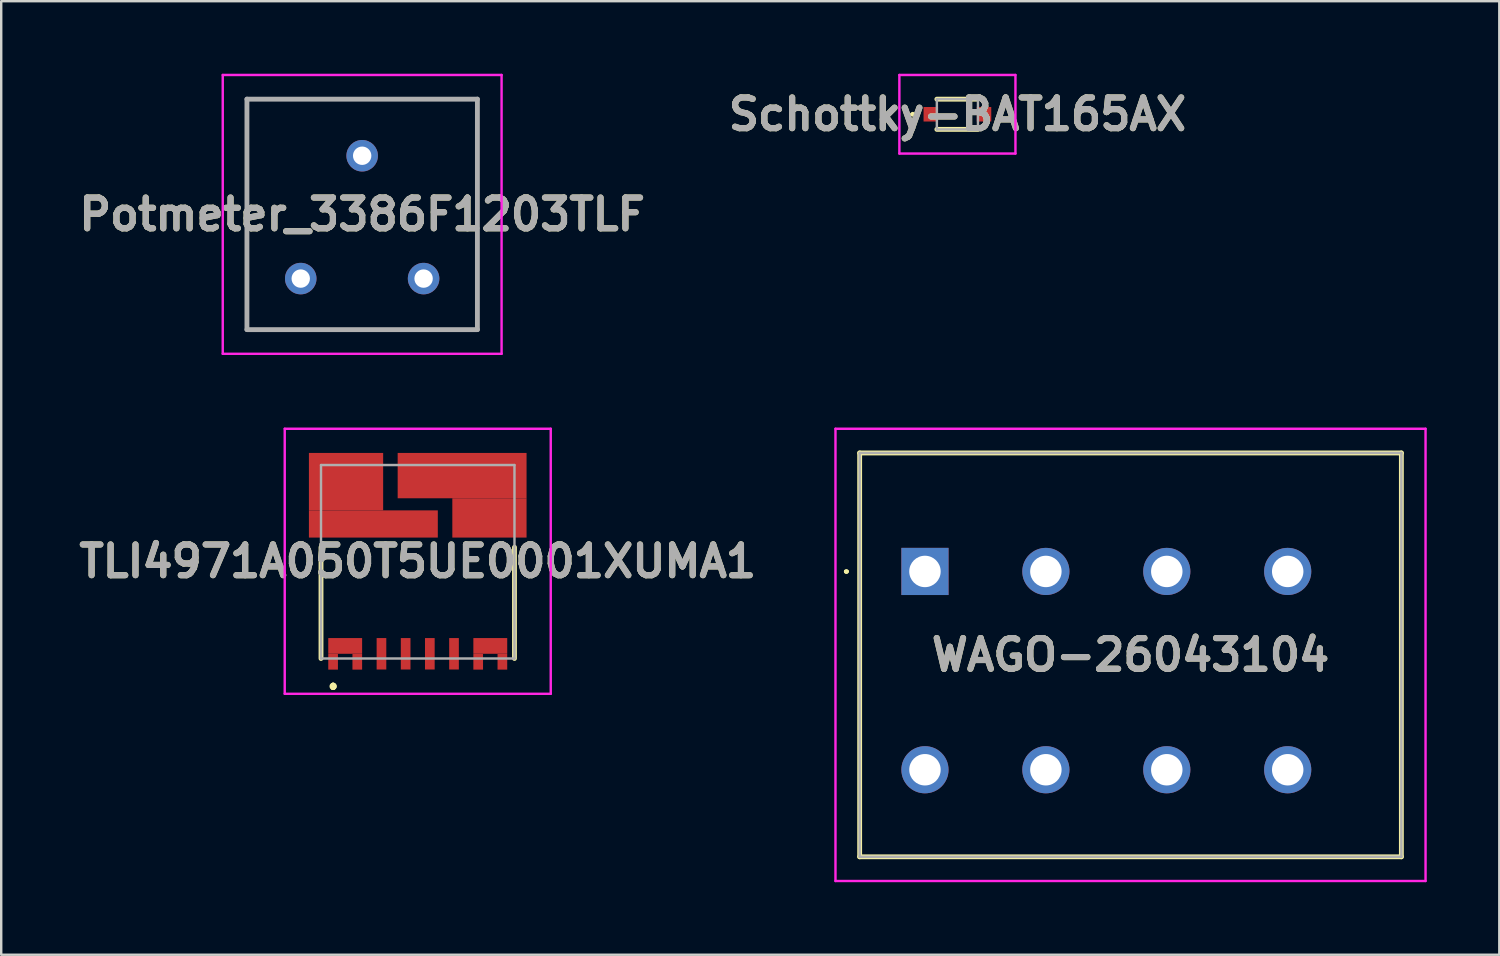
<source format=kicad_pcb>
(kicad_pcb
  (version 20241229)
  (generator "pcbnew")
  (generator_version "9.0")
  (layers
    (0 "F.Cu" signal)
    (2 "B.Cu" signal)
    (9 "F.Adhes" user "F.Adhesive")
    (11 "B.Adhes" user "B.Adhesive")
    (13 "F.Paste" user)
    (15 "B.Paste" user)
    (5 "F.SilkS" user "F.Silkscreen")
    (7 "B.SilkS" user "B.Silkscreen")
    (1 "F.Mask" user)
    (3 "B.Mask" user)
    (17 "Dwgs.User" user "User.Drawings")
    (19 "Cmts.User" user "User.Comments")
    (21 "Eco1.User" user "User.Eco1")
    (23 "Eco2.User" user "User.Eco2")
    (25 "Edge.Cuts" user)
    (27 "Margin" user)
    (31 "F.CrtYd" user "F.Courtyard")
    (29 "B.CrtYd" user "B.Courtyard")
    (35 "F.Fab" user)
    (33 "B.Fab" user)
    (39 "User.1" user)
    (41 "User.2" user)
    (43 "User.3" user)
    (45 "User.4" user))
  (footprint "WAGO-26043104"
    (layer "F.Cu")
    (at 35.198 20.58)
    (property "Reference" "WAGO-26043104" (at 8.5 3.45 0) (layer "F.SilkS") (effects (font (size 1.27 1.27) (thickness 0.254))))
    (attr through_hole)
    (fp_line (start -3.3 0) (end -3.3 0) (stroke (width 0.1) (type solid)) (layer "F.SilkS"))
    (fp_line (start -3.3 0) (end -3.3 0) (stroke (width 0.1) (type solid)) (layer "F.SilkS"))
    (fp_line (start -3.2 0) (end -3.2 0) (stroke (width 0.1) (type solid)) (layer "F.SilkS"))
    (fp_line (start -2.7 -4.9) (end 19.7 -4.9) (stroke (width 0.2) (type solid)) (layer "F.SilkS"))
    (fp_line (start -2.7 11.8) (end -2.7 -4.9) (stroke (width 0.2) (type solid)) (layer "F.SilkS"))
    (fp_line (start 19.7 -4.9) (end 19.7 11.8) (stroke (width 0.2) (type solid)) (layer "F.SilkS"))
    (fp_line (start 19.7 11.8) (end -2.7 11.8) (stroke (width 0.2) (type solid)) (layer "F.SilkS"))
    (fp_arc (start -3.3 0) (mid -3.25 -0.05) (end -3.2 0) (stroke (width 0.1) (type solid)) (layer "F.SilkS"))
    (fp_arc (start -3.2 0) (mid -3.25 0.05) (end -3.3 0) (stroke (width 0.1) (type solid)) (layer "F.SilkS"))
    (fp_arc (start -3.2 0) (mid -3.25 0.05) (end -3.3 0) (stroke (width 0.1) (type solid)) (layer "F.SilkS"))
    (fp_line (start -3.7 -5.9) (end 20.7 -5.9) (stroke (width 0.1) (type solid)) (layer "F.CrtYd"))
    (fp_line (start -3.7 12.8) (end -3.7 -5.9) (stroke (width 0.1) (type solid)) (layer "F.CrtYd"))
    (fp_line (start 20.7 -5.9) (end 20.7 12.8) (stroke (width 0.1) (type solid)) (layer "F.CrtYd"))
    (fp_line (start 20.7 12.8) (end -3.7 12.8) (stroke (width 0.1) (type solid)) (layer "F.CrtYd"))
    (fp_line (start -2.7 -4.9) (end -2.7 11.8) (stroke (width 0.1) (type solid)) (layer "F.Fab"))
    (fp_line (start -2.7 11.8) (end 19.7 11.8) (stroke (width 0.1) (type solid)) (layer "F.Fab"))
    (fp_line (start 19.7 -4.9) (end -2.7 -4.9) (stroke (width 0.1) (type solid)) (layer "F.Fab"))
    (fp_line (start 19.7 11.8) (end 19.7 -4.9) (stroke (width 0.1) (type solid)) (layer "F.Fab"))
    (fp_text user "${REFERENCE}" (at 8.5 3.45 0) (layer "F.Fab") (effects (font (size 1.27 1.27) (thickness 0.254))))
    (pad "1" thru_hole rect (at 0 0) (size 1.95 1.95) (drill 1.3) (layers "*.Cu" "*.Mask"))
    (pad "2" thru_hole circle (at 0 8.2) (size 1.95 1.95) (drill 1.3) (layers "*.Cu" "*.Mask"))
    (pad "3" thru_hole circle (at 5 0) (size 1.95 1.95) (drill 1.3) (layers "*.Cu" "*.Mask"))
    (pad "4" thru_hole circle (at 5 8.2) (size 1.95 1.95) (drill 1.3) (layers "*.Cu" "*.Mask"))
    (pad "5" thru_hole circle (at 10 0) (size 1.95 1.95) (drill 1.3) (layers "*.Cu" "*.Mask"))
    (pad "6" thru_hole circle (at 10 8.2) (size 1.95 1.95) (drill 1.3) (layers "*.Cu" "*.Mask"))
    (pad "7" thru_hole circle (at 15 0) (size 1.95 1.95) (drill 1.3) (layers "*.Cu" "*.Mask"))
    (pad "8" thru_hole circle (at 15 8.2) (size 1.95 1.95) (drill 1.3) (layers "*.Cu" "*.Mask")))
  (footprint "TLI4971A050T5UE0001XUMA1"
    (layer "F.Cu")
    (at 14.224 20.18)
    (property "Reference" "TLI4971A050T5UE0001XUMA1" (at 0 -0.02 0) (layer "F.SilkS") (effects (font (size 1.27 1.27) (thickness 0.254))))
    (attr smd)
    (fp_line (start -4 -0.6) (end -4 4) (stroke (width 0.2) (type solid)) (layer "F.SilkS"))
    (fp_line (start -3.5 5.1) (end -3.5 5.1) (stroke (width 0.2) (type solid)) (layer "F.SilkS"))
    (fp_line (start -3.5 5.2) (end -3.5 5.2) (stroke (width 0.2) (type solid)) (layer "F.SilkS"))
    (fp_line (start -3.5 5.2) (end -3.5 5.2) (stroke (width 0.2) (type solid)) (layer "F.SilkS"))
    (fp_line (start 4 -0.6) (end 4 4) (stroke (width 0.2) (type solid)) (layer "F.SilkS"))
    (fp_arc (start -3.5 5.1) (mid -3.45 5.15) (end -3.5 5.2) (stroke (width 0.2) (type solid)) (layer "F.SilkS"))
    (fp_arc (start -3.5 5.1) (mid -3.45 5.15) (end -3.5 5.2) (stroke (width 0.2) (type solid)) (layer "F.SilkS"))
    (fp_arc (start -3.5 5.2) (mid -3.55 5.15) (end -3.5 5.1) (stroke (width 0.2) (type solid)) (layer "F.SilkS"))
    (fp_line (start -5.5 -5.5) (end 5.5 -5.5) (stroke (width 0.1) (type solid)) (layer "F.CrtYd"))
    (fp_line (start -5.5 5.46) (end -5.5 -5.5) (stroke (width 0.1) (type solid)) (layer "F.CrtYd"))
    (fp_line (start 5.5 -5.5) (end 5.5 5.46) (stroke (width 0.1) (type solid)) (layer "F.CrtYd"))
    (fp_line (start 5.5 5.46) (end -5.5 5.46) (stroke (width 0.1) (type solid)) (layer "F.CrtYd"))
    (fp_line (start -4 -4) (end 4 -4) (stroke (width 0.1) (type solid)) (layer "F.Fab"))
    (fp_line (start -4 4) (end -4 -4) (stroke (width 0.1) (type solid)) (layer "F.Fab"))
    (fp_line (start 4 -4) (end 4 4) (stroke (width 0.1) (type solid)) (layer "F.Fab"))
    (fp_line (start 4 4) (end -4 4) (stroke (width 0.1) (type solid)) (layer "F.Fab"))
    (fp_text user "${REFERENCE}" (at 0 -0.02 0) (layer "F.Fab") (effects (font (size 1.27 1.27) (thickness 0.254))))
    (pad "1" smd rect (at -3.5 4.135) (size 0.4 0.65) (layers "F.Cu" "F.Mask" "F.Paste"))
    (pad "2" smd rect (at -1.5 3.805) (size 0.4 1.3) (layers "F.Cu" "F.Mask" "F.Paste"))
    (pad "3" smd rect (at -0.5 3.805) (size 0.4 1.3) (layers "F.Cu" "F.Mask" "F.Paste"))
    (pad "4" smd rect (at 0.5 3.805) (size 0.4 1.3) (layers "F.Cu" "F.Mask" "F.Paste"))
    (pad "5" smd rect (at 1.5 3.805) (size 0.4 1.3) (layers "F.Cu" "F.Mask" "F.Paste"))
    (pad "6" smd rect (at 2.5 4.135) (size 0.4 0.65) (layers "F.Cu" "F.Mask" "F.Paste"))
    (pad "7" smd rect (at 1.835 -3.563 90) (size 1.875 5.33) (layers "F.Cu" "F.Mask" "F.Paste"))
    (pad "8" smd rect (at -2.965 -3.313 90) (size 2.375 3.07) (layers "F.Cu" "F.Mask" "F.Paste"))
    (pad "9" smd rect (at -3 3.48 90) (size 0.65 1.4) (layers "F.Cu" "F.Mask" "F.Paste"))
    (pad "10" smd rect (at -2.5 4.135) (size 0.4 0.65) (layers "F.Cu" "F.Mask" "F.Paste"))
    (pad "11" smd rect (at 3 3.48 90) (size 0.65 1.4) (layers "F.Cu" "F.Mask" "F.Paste"))
    (pad "12" smd rect (at 3.5 4.135) (size 0.4 0.65) (layers "F.Cu" "F.Mask" "F.Paste"))
    (pad "13" smd rect (at 2.965 -1.813 90) (size 1.625 3.07) (layers "F.Cu" "F.Mask" "F.Paste"))
    (pad "14" smd rect (at -1.835 -1.563 90) (size 1.125 5.33) (layers "F.Cu" "F.Mask" "F.Paste")))
  (footprint "Schottky-BAT165AX"
    (layer "F.Cu")
    (at 36.54 1.675)
    (property "Reference" "Schottky-BAT165AX" (at 0 0 0) (layer "F.SilkS") (effects (font (size 1.27 1.27) (thickness 0.254))))
    (attr smd)
    (fp_line (start -1.9 0) (end -1.9 0) (stroke (width 0.1) (type solid)) (layer "F.SilkS"))
    (fp_line (start -1.8 0) (end -1.8 0) (stroke (width 0.1) (type solid)) (layer "F.SilkS"))
    (fp_line (start -0.85 -0.625) (end 0.85 -0.625) (stroke (width 0.2) (type solid)) (layer "F.SilkS"))
    (fp_line (start -0.85 0.625) (end 0.85 0.625) (stroke (width 0.2) (type solid)) (layer "F.SilkS"))
    (fp_arc (start -1.9 0) (mid -1.85 -0.05) (end -1.8 0) (stroke (width 0.1) (type solid)) (layer "F.SilkS"))
    (fp_arc (start -1.8 0) (mid -1.85 0.05) (end -1.9 0) (stroke (width 0.1) (type solid)) (layer "F.SilkS"))
    (fp_line (start -2.4 -1.625) (end 2.4 -1.625) (stroke (width 0.1) (type solid)) (layer "F.CrtYd"))
    (fp_line (start -2.4 1.625) (end -2.4 -1.625) (stroke (width 0.1) (type solid)) (layer "F.CrtYd"))
    (fp_line (start 2.4 -1.625) (end 2.4 1.625) (stroke (width 0.1) (type solid)) (layer "F.CrtYd"))
    (fp_line (start 2.4 1.625) (end -2.4 1.625) (stroke (width 0.1) (type solid)) (layer "F.CrtYd"))
    (fp_line (start -0.85 -0.625) (end -0.85 0.625) (stroke (width 0.1) (type solid)) (layer "F.Fab"))
    (fp_line (start -0.85 0.625) (end 0.85 0.625) (stroke (width 0.1) (type solid)) (layer "F.Fab"))
    (fp_line (start 0.85 -0.625) (end -0.85 -0.625) (stroke (width 0.1) (type solid)) (layer "F.Fab"))
    (fp_line (start 0.85 0.625) (end 0.85 -0.625) (stroke (width 0.1) (type solid)) (layer "F.Fab"))
    (fp_text user "${REFERENCE}" (at 0 0 0) (layer "F.Fab") (effects (font (size 1.27 1.27) (thickness 0.254))))
    (pad "1" smd rect (at -1.1 0 90) (size 0.6 0.6) (layers "F.Cu" "F.Mask" "F.Paste"))
    (pad "2" smd rect (at 1.1 0 90) (size 0.6 0.6) (layers "F.Cu" "F.Mask" "F.Paste")))
  (footprint "Potmeter_3386F1203TLF"
    (layer "F.Cu")
    (at 14.466 8.47)
    (property "Reference" "Potmeter_3386F1203TLF" (at -2.54 -2.655 0) (layer "F.SilkS") (effects (font (size 1.27 1.27) (thickness 0.254))))
    (attr through_hole)
    (fp_line (start -7.305 -7.42) (end -7.305 2.11) (stroke (width 0.1) (type solid)) (layer "F.SilkS"))
    (fp_line (start -7.305 2.11) (end 2.225 2.11) (stroke (width 0.1) (type solid)) (layer "F.SilkS"))
    (fp_line (start 2.225 -7.42) (end -7.305 -7.42) (stroke (width 0.1) (type solid)) (layer "F.SilkS"))
    (fp_line (start 2.225 2.11) (end 2.225 -7.42) (stroke (width 0.1) (type solid)) (layer "F.SilkS"))
    (fp_line (start -8.305 -8.42) (end -8.305 3.11) (stroke (width 0.1) (type solid)) (layer "F.CrtYd"))
    (fp_line (start -8.305 3.11) (end 3.225 3.11) (stroke (width 0.1) (type solid)) (layer "F.CrtYd"))
    (fp_line (start 3.225 -8.42) (end -8.305 -8.42) (stroke (width 0.1) (type solid)) (layer "F.CrtYd"))
    (fp_line (start 3.225 3.11) (end 3.225 -8.42) (stroke (width 0.1) (type solid)) (layer "F.CrtYd"))
    (fp_line (start -7.305 -7.42) (end 2.225 -7.42) (stroke (width 0.2) (type solid)) (layer "F.Fab"))
    (fp_line (start -7.305 2.11) (end -7.305 -7.42) (stroke (width 0.2) (type solid)) (layer "F.Fab"))
    (fp_line (start 2.225 -7.42) (end 2.225 2.11) (stroke (width 0.2) (type solid)) (layer "F.Fab"))
    (fp_line (start 2.225 2.11) (end -7.305 2.11) (stroke (width 0.2) (type solid)) (layer "F.Fab"))
    (fp_text user "${REFERENCE}" (at -2.54 -2.655 0) (layer "F.Fab") (effects (font (size 1.27 1.27) (thickness 0.254))))
    (pad "1" thru_hole circle (at 0 0) (size 1.303 1.303) (drill 0.76) (layers "*.Cu" "*.Mask"))
    (pad "2" thru_hole circle (at -2.54 -5.08) (size 1.303 1.303) (drill 0.76) (layers "*.Cu" "*.Mask"))
    (pad "3" thru_hole circle (at -5.08 0) (size 1.303 1.303) (drill 0.76) (layers "*.Cu" "*.Mask")))
  (gr_rect
    (start -3 -3)
    (end 58.948 36.43)
    (stroke (width 0.1) (type default))
    (fill no)
    (layer "Edge.Cuts")))
</source>
